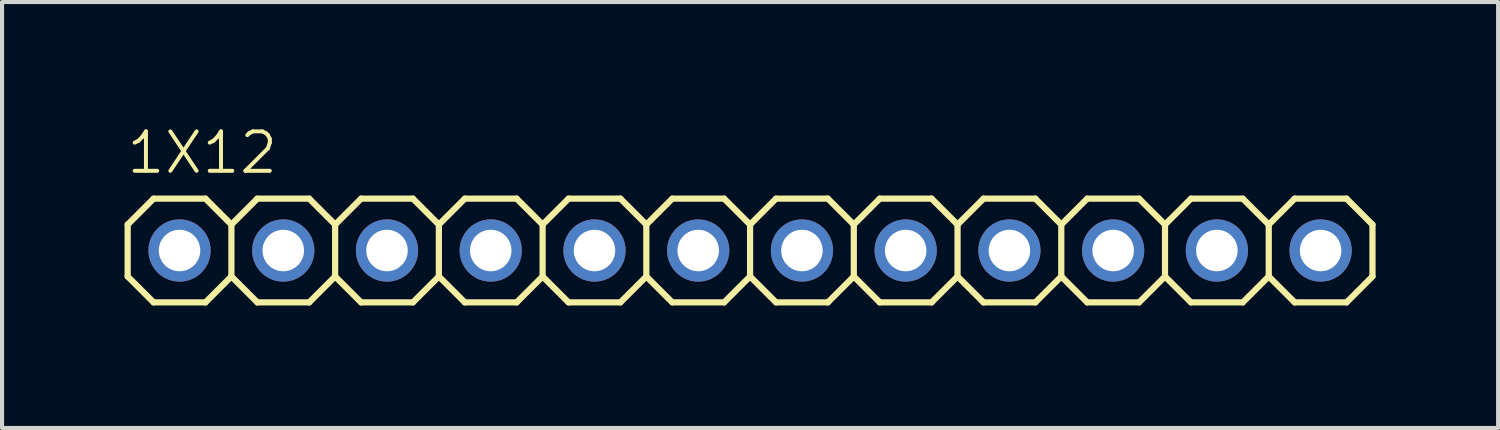
<source format=kicad_pcb>
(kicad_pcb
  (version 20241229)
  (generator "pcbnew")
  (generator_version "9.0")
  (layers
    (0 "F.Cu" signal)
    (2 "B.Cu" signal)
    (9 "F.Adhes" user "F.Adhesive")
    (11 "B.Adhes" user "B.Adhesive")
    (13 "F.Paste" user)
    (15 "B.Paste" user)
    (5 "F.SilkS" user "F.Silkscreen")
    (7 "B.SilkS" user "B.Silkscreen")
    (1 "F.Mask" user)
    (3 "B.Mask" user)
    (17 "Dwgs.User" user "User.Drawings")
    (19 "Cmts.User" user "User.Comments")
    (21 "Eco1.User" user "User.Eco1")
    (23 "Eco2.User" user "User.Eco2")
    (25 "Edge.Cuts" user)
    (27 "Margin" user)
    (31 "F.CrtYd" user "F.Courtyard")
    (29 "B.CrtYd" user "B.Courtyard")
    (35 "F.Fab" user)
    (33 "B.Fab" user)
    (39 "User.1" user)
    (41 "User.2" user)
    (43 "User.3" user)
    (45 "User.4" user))
  (footprint "1X12"
    (layer "F.Cu")
    (at 15.316 3.084)
    (property "Reference" "1X12" (at -15.316 -1.829 0) (layer "F.SilkS") (effects (font (size 0.965 0.965) (thickness 0.097)) (justify left bottom)))
    (attr through_hole)
    (fp_line (start -15.24 -0.635) (end -15.24 0.635) (stroke (width 0.152) (type solid)) (layer "F.SilkS"))
    (fp_line (start -15.24 0.635) (end -14.605 1.27) (stroke (width 0.152) (type solid)) (layer "F.SilkS"))
    (fp_line (start -14.605 -1.27) (end -15.24 -0.635) (stroke (width 0.152) (type solid)) (layer "F.SilkS"))
    (fp_line (start -14.605 -1.27) (end -13.335 -1.27) (stroke (width 0.152) (type solid)) (layer "F.SilkS"))
    (fp_line (start -13.335 -1.27) (end -12.7 -0.635) (stroke (width 0.152) (type solid)) (layer "F.SilkS"))
    (fp_line (start -13.335 1.27) (end -14.605 1.27) (stroke (width 0.152) (type solid)) (layer "F.SilkS"))
    (fp_line (start -12.7 -0.635) (end -12.7 0.635) (stroke (width 0.152) (type solid)) (layer "F.SilkS"))
    (fp_line (start -12.7 -0.635) (end -12.065 -1.27) (stroke (width 0.152) (type solid)) (layer "F.SilkS"))
    (fp_line (start -12.7 0.635) (end -13.335 1.27) (stroke (width 0.152) (type solid)) (layer "F.SilkS"))
    (fp_line (start -12.065 -1.27) (end -10.795 -1.27) (stroke (width 0.152) (type solid)) (layer "F.SilkS"))
    (fp_line (start -12.065 1.27) (end -12.7 0.635) (stroke (width 0.152) (type solid)) (layer "F.SilkS"))
    (fp_line (start -10.795 -1.27) (end -10.16 -0.635) (stroke (width 0.152) (type solid)) (layer "F.SilkS"))
    (fp_line (start -10.795 1.27) (end -12.065 1.27) (stroke (width 0.152) (type solid)) (layer "F.SilkS"))
    (fp_line (start -10.16 -0.635) (end -10.16 0.635) (stroke (width 0.152) (type solid)) (layer "F.SilkS"))
    (fp_line (start -10.16 -0.635) (end -9.525 -1.27) (stroke (width 0.152) (type solid)) (layer "F.SilkS"))
    (fp_line (start -10.16 0.635) (end -10.795 1.27) (stroke (width 0.152) (type solid)) (layer "F.SilkS"))
    (fp_line (start -9.525 -1.27) (end -8.255 -1.27) (stroke (width 0.152) (type solid)) (layer "F.SilkS"))
    (fp_line (start -9.525 1.27) (end -10.16 0.635) (stroke (width 0.152) (type solid)) (layer "F.SilkS"))
    (fp_line (start -8.255 -1.27) (end -7.62 -0.635) (stroke (width 0.152) (type solid)) (layer "F.SilkS"))
    (fp_line (start -8.255 1.27) (end -9.525 1.27) (stroke (width 0.152) (type solid)) (layer "F.SilkS"))
    (fp_line (start -7.62 -0.635) (end -7.62 0.635) (stroke (width 0.152) (type solid)) (layer "F.SilkS"))
    (fp_line (start -7.62 0.635) (end -8.255 1.27) (stroke (width 0.152) (type solid)) (layer "F.SilkS"))
    (fp_line (start -7.62 0.635) (end -6.985 1.27) (stroke (width 0.152) (type solid)) (layer "F.SilkS"))
    (fp_line (start -6.985 -1.27) (end -7.62 -0.635) (stroke (width 0.152) (type solid)) (layer "F.SilkS"))
    (fp_line (start -6.985 -1.27) (end -5.715 -1.27) (stroke (width 0.152) (type solid)) (layer "F.SilkS"))
    (fp_line (start -5.715 -1.27) (end -5.08 -0.635) (stroke (width 0.152) (type solid)) (layer "F.SilkS"))
    (fp_line (start -5.715 1.27) (end -6.985 1.27) (stroke (width 0.152) (type solid)) (layer "F.SilkS"))
    (fp_line (start -5.08 -0.635) (end -5.08 0.635) (stroke (width 0.152) (type solid)) (layer "F.SilkS"))
    (fp_line (start -5.08 -0.635) (end -4.445 -1.27) (stroke (width 0.152) (type solid)) (layer "F.SilkS"))
    (fp_line (start -5.08 0.635) (end -5.715 1.27) (stroke (width 0.152) (type solid)) (layer "F.SilkS"))
    (fp_line (start -4.445 -1.27) (end -3.175 -1.27) (stroke (width 0.152) (type solid)) (layer "F.SilkS"))
    (fp_line (start -4.445 1.27) (end -5.08 0.635) (stroke (width 0.152) (type solid)) (layer "F.SilkS"))
    (fp_line (start -3.175 -1.27) (end -2.54 -0.635) (stroke (width 0.152) (type solid)) (layer "F.SilkS"))
    (fp_line (start -3.175 1.27) (end -4.445 1.27) (stroke (width 0.152) (type solid)) (layer "F.SilkS"))
    (fp_line (start -2.54 -0.635) (end -2.54 0.635) (stroke (width 0.152) (type solid)) (layer "F.SilkS"))
    (fp_line (start -2.54 -0.635) (end -1.905 -1.27) (stroke (width 0.152) (type solid)) (layer "F.SilkS"))
    (fp_line (start -2.54 0.635) (end -3.175 1.27) (stroke (width 0.152) (type solid)) (layer "F.SilkS"))
    (fp_line (start -1.905 -1.27) (end -0.635 -1.27) (stroke (width 0.152) (type solid)) (layer "F.SilkS"))
    (fp_line (start -1.905 1.27) (end -2.54 0.635) (stroke (width 0.152) (type solid)) (layer "F.SilkS"))
    (fp_line (start -0.635 -1.27) (end 0 -0.635) (stroke (width 0.152) (type solid)) (layer "F.SilkS"))
    (fp_line (start -0.635 1.27) (end -1.905 1.27) (stroke (width 0.152) (type solid)) (layer "F.SilkS"))
    (fp_line (start 0 -0.635) (end 0 0.635) (stroke (width 0.152) (type solid)) (layer "F.SilkS"))
    (fp_line (start 0 0.635) (end -0.635 1.27) (stroke (width 0.152) (type solid)) (layer "F.SilkS"))
    (fp_line (start 0 0.635) (end 0.635 1.27) (stroke (width 0.152) (type solid)) (layer "F.SilkS"))
    (fp_line (start 0.635 -1.27) (end 0 -0.635) (stroke (width 0.152) (type solid)) (layer "F.SilkS"))
    (fp_line (start 0.635 -1.27) (end 1.905 -1.27) (stroke (width 0.152) (type solid)) (layer "F.SilkS"))
    (fp_line (start 1.905 -1.27) (end 2.54 -0.635) (stroke (width 0.152) (type solid)) (layer "F.SilkS"))
    (fp_line (start 1.905 1.27) (end 0.635 1.27) (stroke (width 0.152) (type solid)) (layer "F.SilkS"))
    (fp_line (start 2.54 -0.635) (end 2.54 0.635) (stroke (width 0.152) (type solid)) (layer "F.SilkS"))
    (fp_line (start 2.54 -0.635) (end 3.175 -1.27) (stroke (width 0.152) (type solid)) (layer "F.SilkS"))
    (fp_line (start 2.54 0.635) (end 1.905 1.27) (stroke (width 0.152) (type solid)) (layer "F.SilkS"))
    (fp_line (start 3.175 -1.27) (end 4.445 -1.27) (stroke (width 0.152) (type solid)) (layer "F.SilkS"))
    (fp_line (start 3.175 1.27) (end 2.54 0.635) (stroke (width 0.152) (type solid)) (layer "F.SilkS"))
    (fp_line (start 4.445 -1.27) (end 5.08 -0.635) (stroke (width 0.152) (type solid)) (layer "F.SilkS"))
    (fp_line (start 4.445 1.27) (end 3.175 1.27) (stroke (width 0.152) (type solid)) (layer "F.SilkS"))
    (fp_line (start 5.08 -0.635) (end 5.08 0.635) (stroke (width 0.152) (type solid)) (layer "F.SilkS"))
    (fp_line (start 5.08 -0.635) (end 5.715 -1.27) (stroke (width 0.152) (type solid)) (layer "F.SilkS"))
    (fp_line (start 5.08 0.635) (end 4.445 1.27) (stroke (width 0.152) (type solid)) (layer "F.SilkS"))
    (fp_line (start 5.715 -1.27) (end 6.985 -1.27) (stroke (width 0.152) (type solid)) (layer "F.SilkS"))
    (fp_line (start 5.715 1.27) (end 5.08 0.635) (stroke (width 0.152) (type solid)) (layer "F.SilkS"))
    (fp_line (start 6.985 -1.27) (end 7.62 -0.635) (stroke (width 0.152) (type solid)) (layer "F.SilkS"))
    (fp_line (start 6.985 1.27) (end 5.715 1.27) (stroke (width 0.152) (type solid)) (layer "F.SilkS"))
    (fp_line (start 7.62 -0.635) (end 7.62 0.635) (stroke (width 0.152) (type solid)) (layer "F.SilkS"))
    (fp_line (start 7.62 0.635) (end 6.985 1.27) (stroke (width 0.152) (type solid)) (layer "F.SilkS"))
    (fp_line (start 7.62 0.635) (end 8.255 1.27) (stroke (width 0.152) (type solid)) (layer "F.SilkS"))
    (fp_line (start 8.255 -1.27) (end 7.62 -0.635) (stroke (width 0.152) (type solid)) (layer "F.SilkS"))
    (fp_line (start 8.255 -1.27) (end 9.525 -1.27) (stroke (width 0.152) (type solid)) (layer "F.SilkS"))
    (fp_line (start 9.525 -1.27) (end 10.16 -0.635) (stroke (width 0.152) (type solid)) (layer "F.SilkS"))
    (fp_line (start 9.525 1.27) (end 8.255 1.27) (stroke (width 0.152) (type solid)) (layer "F.SilkS"))
    (fp_line (start 10.16 -0.635) (end 10.16 0.635) (stroke (width 0.152) (type solid)) (layer "F.SilkS"))
    (fp_line (start 10.16 -0.635) (end 10.795 -1.27) (stroke (width 0.152) (type solid)) (layer "F.SilkS"))
    (fp_line (start 10.16 0.635) (end 9.525 1.27) (stroke (width 0.152) (type solid)) (layer "F.SilkS"))
    (fp_line (start 10.795 -1.27) (end 12.065 -1.27) (stroke (width 0.152) (type solid)) (layer "F.SilkS"))
    (fp_line (start 10.795 1.27) (end 10.16 0.635) (stroke (width 0.152) (type solid)) (layer "F.SilkS"))
    (fp_line (start 12.065 -1.27) (end 12.7 -0.635) (stroke (width 0.152) (type solid)) (layer "F.SilkS"))
    (fp_line (start 12.065 1.27) (end 10.795 1.27) (stroke (width 0.152) (type solid)) (layer "F.SilkS"))
    (fp_line (start 12.7 -0.635) (end 12.7 0.635) (stroke (width 0.152) (type solid)) (layer "F.SilkS"))
    (fp_line (start 12.7 -0.635) (end 13.335 -1.27) (stroke (width 0.152) (type solid)) (layer "F.SilkS"))
    (fp_line (start 12.7 0.635) (end 12.065 1.27) (stroke (width 0.152) (type solid)) (layer "F.SilkS"))
    (fp_line (start 13.335 -1.27) (end 14.605 -1.27) (stroke (width 0.152) (type solid)) (layer "F.SilkS"))
    (fp_line (start 13.335 1.27) (end 12.7 0.635) (stroke (width 0.152) (type solid)) (layer "F.SilkS"))
    (fp_line (start 14.605 -1.27) (end 15.24 -0.635) (stroke (width 0.152) (type solid)) (layer "F.SilkS"))
    (fp_line (start 14.605 1.27) (end 13.335 1.27) (stroke (width 0.152) (type solid)) (layer "F.SilkS"))
    (fp_line (start 15.24 -0.635) (end 15.24 0.635) (stroke (width 0.152) (type solid)) (layer "F.SilkS"))
    (fp_line (start 15.24 0.635) (end 14.605 1.27) (stroke (width 0.152) (type solid)) (layer "F.SilkS"))
    (fp_poly (pts (xy -14.224 0.254) (xy -13.716 0.254) (xy -13.716 -0.254) (xy -14.224 -0.254)) (stroke (width 0.1) (type solid)) (fill no) (layer "Dwgs.User"))
    (fp_poly (pts (xy -11.684 0.254) (xy -11.176 0.254) (xy -11.176 -0.254) (xy -11.684 -0.254)) (stroke (width 0.1) (type solid)) (fill no) (layer "Dwgs.User"))
    (fp_poly (pts (xy -9.144 0.254) (xy -8.636 0.254) (xy -8.636 -0.254) (xy -9.144 -0.254)) (stroke (width 0.1) (type solid)) (fill no) (layer "Dwgs.User"))
    (fp_poly (pts (xy -6.604 0.254) (xy -6.096 0.254) (xy -6.096 -0.254) (xy -6.604 -0.254)) (stroke (width 0.1) (type solid)) (fill no) (layer "Dwgs.User"))
    (fp_poly (pts (xy -4.064 0.254) (xy -3.556 0.254) (xy -3.556 -0.254) (xy -4.064 -0.254)) (stroke (width 0.1) (type solid)) (fill no) (layer "Dwgs.User"))
    (fp_poly (pts (xy -1.524 0.254) (xy -1.016 0.254) (xy -1.016 -0.254) (xy -1.524 -0.254)) (stroke (width 0.1) (type solid)) (fill no) (layer "Dwgs.User"))
    (fp_poly (pts (xy 1.016 0.254) (xy 1.524 0.254) (xy 1.524 -0.254) (xy 1.016 -0.254)) (stroke (width 0.1) (type solid)) (fill no) (layer "Dwgs.User"))
    (fp_poly (pts (xy 3.556 0.254) (xy 4.064 0.254) (xy 4.064 -0.254) (xy 3.556 -0.254)) (stroke (width 0.1) (type solid)) (fill no) (layer "Dwgs.User"))
    (fp_poly (pts (xy 6.096 0.254) (xy 6.604 0.254) (xy 6.604 -0.254) (xy 6.096 -0.254)) (stroke (width 0.1) (type solid)) (fill no) (layer "Dwgs.User"))
    (fp_poly (pts (xy 8.636 0.254) (xy 9.144 0.254) (xy 9.144 -0.254) (xy 8.636 -0.254)) (stroke (width 0.1) (type solid)) (fill no) (layer "Dwgs.User"))
    (fp_poly (pts (xy 11.176 0.254) (xy 11.684 0.254) (xy 11.684 -0.254) (xy 11.176 -0.254)) (stroke (width 0.1) (type solid)) (fill no) (layer "Dwgs.User"))
    (fp_poly (pts (xy 13.716 0.254) (xy 14.224 0.254) (xy 14.224 -0.254) (xy 13.716 -0.254)) (stroke (width 0.1) (type solid)) (fill no) (layer "Dwgs.User"))
    (pad "1" thru_hole circle (at -13.97 0 90) (size 1.524 1.524) (drill 1.016) (layers "*.Cu" "*.Mask"))
    (pad "2" thru_hole circle (at -11.43 0 90) (size 1.524 1.524) (drill 1.016) (layers "*.Cu" "*.Mask"))
    (pad "3" thru_hole circle (at -8.89 0 90) (size 1.524 1.524) (drill 1.016) (layers "*.Cu" "*.Mask"))
    (pad "4" thru_hole circle (at -6.35 0 90) (size 1.524 1.524) (drill 1.016) (layers "*.Cu" "*.Mask"))
    (pad "5" thru_hole circle (at -3.81 0 90) (size 1.524 1.524) (drill 1.016) (layers "*.Cu" "*.Mask"))
    (pad "6" thru_hole circle (at -1.27 0 90) (size 1.524 1.524) (drill 1.016) (layers "*.Cu" "*.Mask"))
    (pad "7" thru_hole circle (at 1.27 0 90) (size 1.524 1.524) (drill 1.016) (layers "*.Cu" "*.Mask"))
    (pad "8" thru_hole circle (at 3.81 0 90) (size 1.524 1.524) (drill 1.016) (layers "*.Cu" "*.Mask"))
    (pad "9" thru_hole circle (at 6.35 0 90) (size 1.524 1.524) (drill 1.016) (layers "*.Cu" "*.Mask"))
    (pad "10" thru_hole circle (at 8.89 0 90) (size 1.524 1.524) (drill 1.016) (layers "*.Cu" "*.Mask"))
    (pad "11" thru_hole circle (at 11.43 0 90) (size 1.524 1.524) (drill 1.016) (layers "*.Cu" "*.Mask"))
    (pad "12" thru_hole circle (at 13.97 0 90) (size 1.524 1.524) (drill 1.016) (layers "*.Cu" "*.Mask")))
  (gr_rect
    (start -3 -3)
    (end 33.632 7.43)
    (stroke (width 0.1) (type default))
    (fill no)
    (layer "Edge.Cuts")))
</source>
